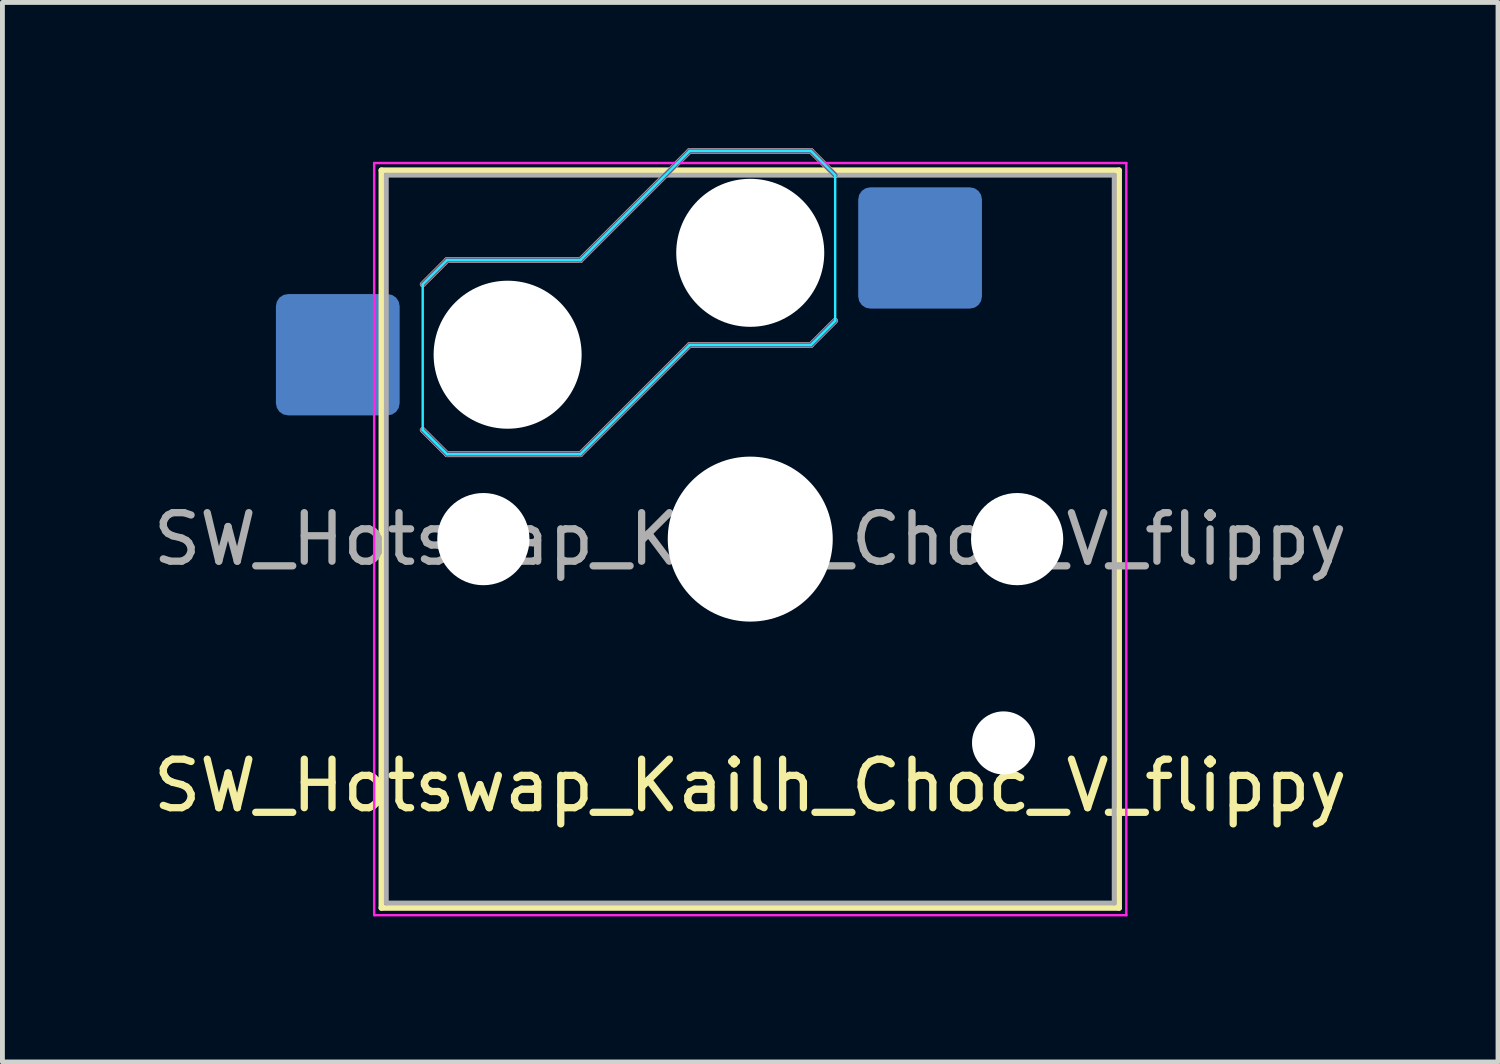
<source format=kicad_pcb>
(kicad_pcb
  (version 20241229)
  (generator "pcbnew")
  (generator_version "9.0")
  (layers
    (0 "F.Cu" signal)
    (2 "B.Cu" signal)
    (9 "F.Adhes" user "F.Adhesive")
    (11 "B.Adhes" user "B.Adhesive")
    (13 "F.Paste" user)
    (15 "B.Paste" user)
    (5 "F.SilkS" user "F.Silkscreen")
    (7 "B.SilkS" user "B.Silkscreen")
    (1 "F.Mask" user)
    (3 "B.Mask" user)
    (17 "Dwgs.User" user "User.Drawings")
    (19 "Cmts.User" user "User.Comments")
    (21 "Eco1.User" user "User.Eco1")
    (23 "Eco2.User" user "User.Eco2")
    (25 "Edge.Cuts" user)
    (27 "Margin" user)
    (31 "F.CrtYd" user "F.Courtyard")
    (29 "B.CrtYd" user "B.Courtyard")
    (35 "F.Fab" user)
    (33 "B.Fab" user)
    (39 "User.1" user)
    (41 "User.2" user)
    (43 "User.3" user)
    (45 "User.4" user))
  (footprint "SW_Hotswap_Kailh_Choc_V_flippy"
    (layer "F.Cu")
    (at 12.411 8.06)
    (property "Reference" "SW_Hotswap_Kailh_Choc_V_flippy" (at 0 5.08 0) (layer "F.SilkS") (effects (font (size 1 1) (thickness 0.15))))
    (attr smd)
    (fp_line (start -7.6 -7.6) (end 7.6 -7.6) (stroke (width 0.12) (type solid)) (layer "F.SilkS"))
    (fp_line (start -7.6 7.6) (end -7.6 -7.6) (stroke (width 0.12) (type solid)) (layer "F.SilkS"))
    (fp_line (start 7.6 -7.6) (end 7.6 7.6) (stroke (width 0.12) (type solid)) (layer "F.SilkS"))
    (fp_line (start 7.6 7.6) (end -7.6 7.6) (stroke (width 0.12) (type solid)) (layer "F.SilkS"))
    (fp_line (start -6.75 -2.25) (end -6.25 -1.75) (stroke (width 0.12) (type solid)) (layer "B.SilkS"))
    (fp_line (start -6.25 -5.75) (end -6.75 -5.25) (stroke (width 0.12) (type solid)) (layer "B.SilkS"))
    (fp_line (start -6.25 -1.75) (end -3.5 -1.75) (stroke (width 0.12) (type solid)) (layer "B.SilkS"))
    (fp_line (start -3.5 -5.75) (end -6.25 -5.75) (stroke (width 0.12) (type solid)) (layer "B.SilkS"))
    (fp_line (start -3.5 -1.75) (end -1.25 -4) (stroke (width 0.12) (type solid)) (layer "B.SilkS"))
    (fp_line (start -1.25 -8) (end -3.5 -5.75) (stroke (width 0.12) (type solid)) (layer "B.SilkS"))
    (fp_line (start -1.25 -4) (end 1.25 -4) (stroke (width 0.12) (type solid)) (layer "B.SilkS"))
    (fp_line (start 1.25 -8) (end -1.25 -8) (stroke (width 0.12) (type solid)) (layer "B.SilkS"))
    (fp_line (start 1.25 -4) (end 1.75 -4.5) (stroke (width 0.12) (type solid)) (layer "B.SilkS"))
    (fp_line (start 1.75 -7.5) (end 1.25 -8) (stroke (width 0.12) (type solid)) (layer "B.SilkS"))
    (fp_line (start -7.25 -7.25) (end 7.25 -7.25) (stroke (width 0.1) (type solid)) (layer "Eco1.User"))
    (fp_line (start -7.25 7.25) (end -7.25 -7.25) (stroke (width 0.1) (type solid)) (layer "Eco1.User"))
    (fp_line (start 7.25 -7.25) (end 7.25 7.25) (stroke (width 0.1) (type solid)) (layer "Eco1.User"))
    (fp_line (start 7.25 7.25) (end -7.25 7.25) (stroke (width 0.1) (type solid)) (layer "Eco1.User"))
    (fp_line (start -6.75 -5.25) (end -6.75 -2.25) (stroke (width 0.05) (type solid)) (layer "B.CrtYd"))
    (fp_line (start -6.75 -2.25) (end -6.25 -1.75) (stroke (width 0.05) (type solid)) (layer "B.CrtYd"))
    (fp_line (start -6.25 -5.75) (end -6.75 -5.25) (stroke (width 0.05) (type solid)) (layer "B.CrtYd"))
    (fp_line (start -6.25 -1.75) (end -3.5 -1.75) (stroke (width 0.05) (type solid)) (layer "B.CrtYd"))
    (fp_line (start -3.5 -5.75) (end -6.25 -5.75) (stroke (width 0.05) (type solid)) (layer "B.CrtYd"))
    (fp_line (start -3.5 -1.75) (end -1.25 -4) (stroke (width 0.05) (type solid)) (layer "B.CrtYd"))
    (fp_line (start -1.25 -8) (end -3.5 -5.75) (stroke (width 0.05) (type solid)) (layer "B.CrtYd"))
    (fp_line (start -1.25 -4) (end 1.25 -4) (stroke (width 0.05) (type solid)) (layer "B.CrtYd"))
    (fp_line (start 1.25 -8) (end -1.25 -8) (stroke (width 0.05) (type solid)) (layer "B.CrtYd"))
    (fp_line (start 1.25 -4) (end 1.75 -4.5) (stroke (width 0.05) (type solid)) (layer "B.CrtYd"))
    (fp_line (start 1.75 -7.5) (end 1.25 -8) (stroke (width 0.05) (type solid)) (layer "B.CrtYd"))
    (fp_line (start 1.75 -4.5) (end 1.75 -7.5) (stroke (width 0.05) (type solid)) (layer "B.CrtYd"))
    (fp_line (start -7.75 -7.75) (end 7.75 -7.75) (stroke (width 0.05) (type solid)) (layer "F.CrtYd"))
    (fp_line (start -7.75 7.75) (end -7.75 -7.75) (stroke (width 0.05) (type solid)) (layer "F.CrtYd"))
    (fp_line (start 7.75 -7.75) (end 7.75 7.75) (stroke (width 0.05) (type solid)) (layer "F.CrtYd"))
    (fp_line (start 7.75 7.75) (end -7.75 7.75) (stroke (width 0.05) (type solid)) (layer "F.CrtYd"))
    (fp_line (start -6.75 -2.25) (end -6.25 -1.75) (stroke (width 0.1) (type solid)) (layer "B.Fab"))
    (fp_line (start -6.25 -5.75) (end -6.75 -5.25) (stroke (width 0.1) (type solid)) (layer "B.Fab"))
    (fp_line (start -6.25 -1.75) (end -3.5 -1.75) (stroke (width 0.1) (type solid)) (layer "B.Fab"))
    (fp_line (start -3.5 -5.75) (end -6.25 -5.75) (stroke (width 0.1) (type solid)) (layer "B.Fab"))
    (fp_line (start -3.5 -1.75) (end -1.25 -4) (stroke (width 0.1) (type solid)) (layer "B.Fab"))
    (fp_line (start -1.25 -8) (end -3.5 -5.75) (stroke (width 0.1) (type solid)) (layer "B.Fab"))
    (fp_line (start -1.25 -4) (end 1.25 -4) (stroke (width 0.1) (type solid)) (layer "B.Fab"))
    (fp_line (start 1.25 -8) (end -1.25 -8) (stroke (width 0.1) (type solid)) (layer "B.Fab"))
    (fp_line (start 1.25 -4) (end 1.75 -4.5) (stroke (width 0.1) (type solid)) (layer "B.Fab"))
    (fp_line (start 1.75 -7.5) (end 1.25 -8) (stroke (width 0.1) (type solid)) (layer "B.Fab"))
    (fp_line (start -7.5 -7.5) (end 7.5 -7.5) (stroke (width 0.1) (type solid)) (layer "F.Fab"))
    (fp_line (start -7.5 7.5) (end -7.5 -7.5) (stroke (width 0.1) (type solid)) (layer "F.Fab"))
    (fp_line (start 7.5 -7.5) (end 7.5 7.5) (stroke (width 0.1) (type solid)) (layer "F.Fab"))
    (fp_line (start 7.5 7.5) (end -7.5 7.5) (stroke (width 0.1) (type solid)) (layer "F.Fab"))
    (fp_text user "${REFERENCE}" (at 0 0 0) (layer "F.Fab") (effects (font (size 1 1) (thickness 0.15))))
    (pad "" np_thru_hole circle (at -5.5 0) (size 1.9 1.9) (drill 1.9) (layers "*.Cu" "*.Mask"))
    (pad "" np_thru_hole circle (at -5 -3.8) (size 3.05 3.05) (drill 3.05) (layers "*.Cu" "*.Mask"))
    (pad "" np_thru_hole circle (at 0 -5.9) (size 3.05 3.05) (drill 3.05) (layers "*.Cu" "*.Mask"))
    (pad "" np_thru_hole circle (at 0 0) (size 3.4 3.4) (drill 3.4) (layers "*.Cu" "*.Mask"))
    (pad "" np_thru_hole circle (at 5.22 4.2) (size 1.3 1.3) (drill 1.3) (layers "*.Cu" "*.Mask"))
    (pad "" np_thru_hole circle (at 5.5 0) (size 1.9 1.9) (drill 1.9) (layers "*.Cu" "*.Mask"))
    (pad "1" smd roundrect (at 3.5 -6) (size 2.55 2.5) (layers "B.Cu" "B.Mask" "B.Paste") (roundrect_rratio 0.1))
    (pad "2" smd roundrect (at -8.5 -3.8) (size 2.55 2.5) (layers "B.Cu" "B.Mask" "B.Paste") (roundrect_rratio 0.1)))
  (gr_rect
    (start -3 -3)
    (end 27.821 18.835)
    (stroke (width 0.1) (type default))
    (fill no)
    (layer "Edge.Cuts")))
</source>
